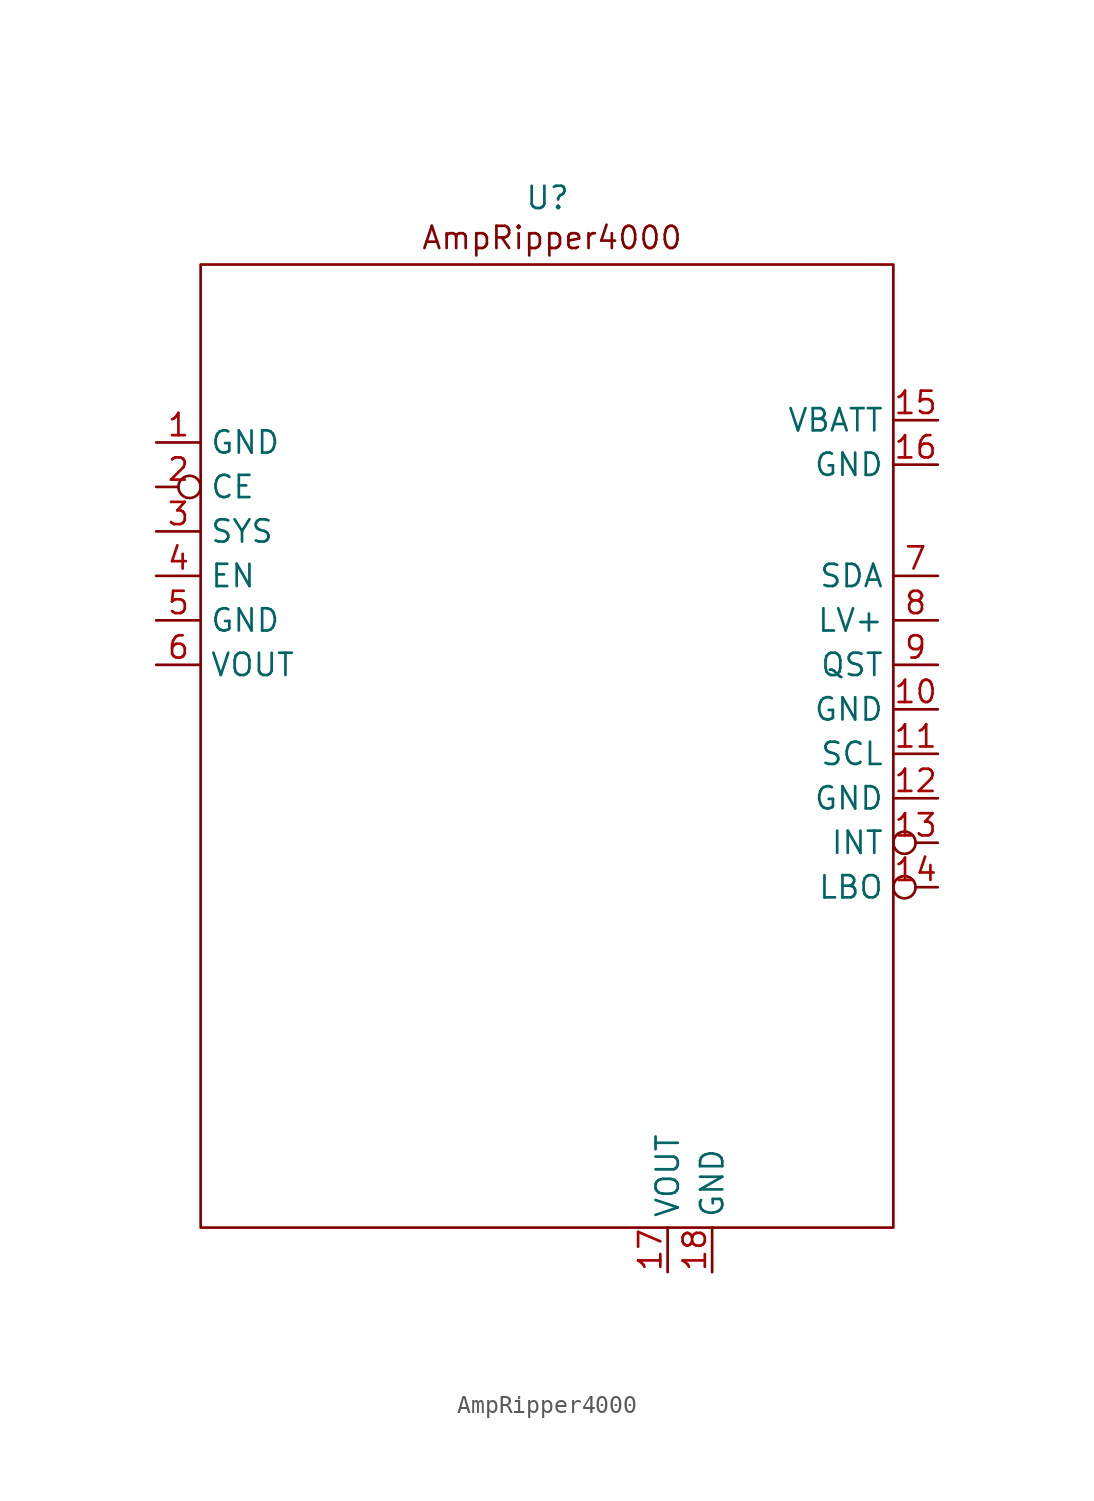
<source format=kicad_sym>
(kicad_symbol_lib
  (version 20241209)
  (generator "kicad_symbol_editor")
  (generator_version "9.0")
  (symbol "AmpRipper4000"
    (property "Reference" "U"
      (at 19.812 3.81 0)
      (effects (font (size 1.27 1.27))))
    (property "Value" ""
      (at 0 0 0)
      (effects (font (size 1.27 1.27))))
    (symbol "AmpRipper4000_0_1"
      (rectangle (start 0 0) (end 39.56 -55) (stroke (width 0) (type default)) (fill (type none))))
    (symbol "AmpRipper4000_1_1"
      (text "AmpRipper4000" (at 20.066 1.524 0) (effects (font (size 1.27 1.27))))
      (pin power_in line (at -2.54 -10.16 0) (length 2.54) (name "GND" (effects (font (size 1.27 1.27)))) (number "1" (effects (font (size 1.27 1.27)))))
      (pin input inverted (at -2.54 -12.7 0) (length 2.54) (name "CE" (effects (font (size 1.27 1.27)))) (number "2" (effects (font (size 1.27 1.27)))))
      (pin power_out line (at -2.54 -15.24 0) (length 2.54) (name "SYS" (effects (font (size 1.27 1.27)))) (number "3" (effects (font (size 1.27 1.27)))))
      (pin input line (at -2.54 -17.78 0) (length 2.54) (name "EN" (effects (font (size 1.27 1.27)))) (number "4" (effects (font (size 1.27 1.27)))))
      (pin power_in line (at -2.54 -20.32 0) (length 2.54) (name "GND" (effects (font (size 1.27 1.27)))) (number "5" (effects (font (size 1.27 1.27)))))
      (pin power_out line (at -2.54 -22.86 0) (length 2.54) (name "VOUT" (effects (font (size 1.27 1.27)))) (number "6" (effects (font (size 1.27 1.27)))))
      (pin power_out line (at 26.67 -57.54 90) (length 2.54) (name "VOUT" (effects (font (size 1.27 1.27)))) (number "17" (effects (font (size 1.27 1.27)))))
      (pin power_in line (at 29.21 -57.54 90) (length 2.54) (name "GND" (effects (font (size 1.27 1.27)))) (number "18" (effects (font (size 1.27 1.27)))))
      (pin power_in line (at 42.1 -8.89 180) (length 2.54) (name "VBATT" (effects (font (size 1.27 1.27)))) (number "15" (effects (font (size 1.27 1.27)))))
      (pin power_in line (at 42.1 -11.43 180) (length 2.54) (name "GND" (effects (font (size 1.27 1.27)))) (number "16" (effects (font (size 1.27 1.27)))))
      (pin bidirectional line (at 42.1 -17.78 180) (length 2.54) (name "SDA" (effects (font (size 1.27 1.27)))) (number "7" (effects (font (size 1.27 1.27)))))
      (pin input line (at 42.1 -20.32 180) (length 2.54) (name "LV+" (effects (font (size 1.27 1.27)))) (number "8" (effects (font (size 1.27 1.27)))))
      (pin output line (at 42.1 -22.86 180) (length 2.54) (name "QST" (effects (font (size 1.27 1.27)))) (number "9" (effects (font (size 1.27 1.27)))))
      (pin power_in line (at 42.1 -25.4 180) (length 2.54) (name "GND" (effects (font (size 1.27 1.27)))) (number "10" (effects (font (size 1.27 1.27)))))
      (pin input line (at 42.1 -27.94 180) (length 2.54) (name "SCL" (effects (font (size 1.27 1.27)))) (number "11" (effects (font (size 1.27 1.27)))))
      (pin power_in line (at 42.1 -30.48 180) (length 2.54) (name "GND" (effects (font (size 1.27 1.27)))) (number "12" (effects (font (size 1.27 1.27)))))
      (pin open_collector inverted (at 42.1 -33.02 180) (length 2.54) (name "INT" (effects (font (size 1.27 1.27)))) (number "13" (effects (font (size 1.27 1.27)))))
      (pin open_collector inverted (at 42.1 -35.56 180) (length 2.54) (name "LBO" (effects (font (size 1.27 1.27)))) (number "14" (effects (font (size 1.27 1.27))))))))
</source>
